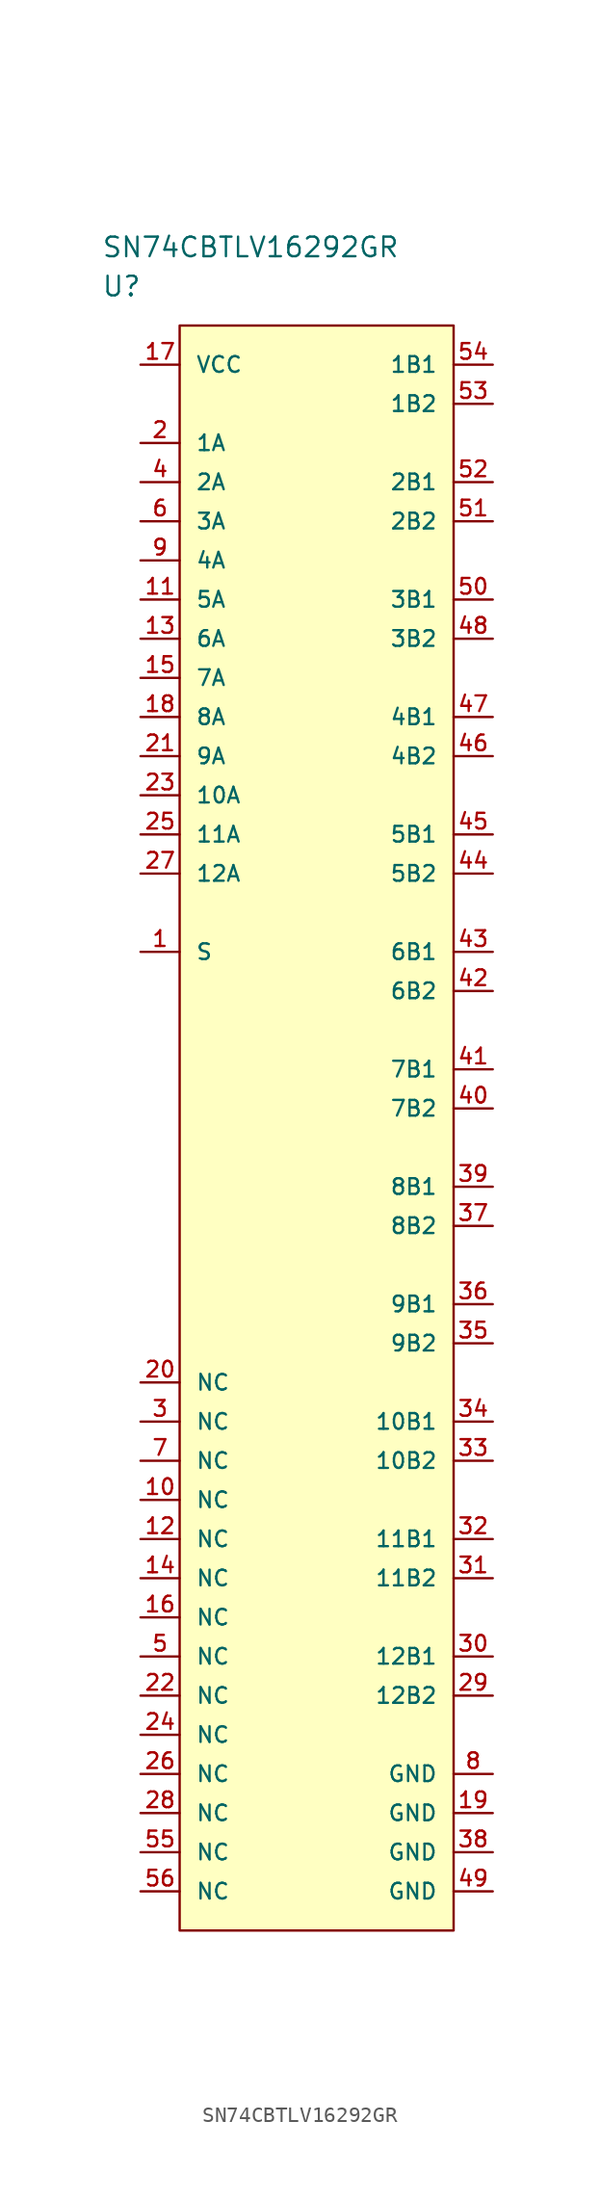
<source format=kicad_sym>
(kicad_symbol_lib
  (version 20220914)
  (generator kicad_symbol_editor)
  (symbol "SN74CBTLV16292GR"
    (pin_names
      (offset 1.016))
    (property "Reference" "U"
      (at 0 5.08 0)
      (effects (font (size 1.27 1.27)) (justify left)))
    (property "Value" "SN74CBTLV16292GR"
      (at 0 7.62 0)
      (effects (font (size 1.27 1.27)) (justify left)))
    (property "ki_locked" ""
      (at 0 0 0)
      (effects (font (size 1.27 1.27))))
    (symbol "SN74CBTLV16292GR_1_1"
      (rectangle (start 5.08 2.54) (end 22.86 -101.6) (stroke (width 0) (type solid)) (fill (type background)))
      (pin input line (at 2.54 -38.1 0) (length 2.54) (name "S" (effects (font (size 1.016 1.016)))) (number "1" (effects (font (size 1.016 1.016)))))
      (pin passive line (at 2.54 -73.66 0) (length 2.54) (name "NC" (effects (font (size 1.016 1.016)))) (number "10" (effects (font (size 1.016 1.016)))))
      (pin bidirectional line (at 2.54 -15.24 0) (length 2.54) (name "5A" (effects (font (size 1.016 1.016)))) (number "11" (effects (font (size 1.016 1.016)))))
      (pin passive line (at 2.54 -76.2 0) (length 2.54) (name "NC" (effects (font (size 1.016 1.016)))) (number "12" (effects (font (size 1.016 1.016)))))
      (pin bidirectional line (at 2.54 -17.78 0) (length 2.54) (name "6A" (effects (font (size 1.016 1.016)))) (number "13" (effects (font (size 1.016 1.016)))))
      (pin passive line (at 2.54 -78.74 0) (length 2.54) (name "NC" (effects (font (size 1.016 1.016)))) (number "14" (effects (font (size 1.016 1.016)))))
      (pin bidirectional line (at 2.54 -20.32 0) (length 2.54) (name "7A" (effects (font (size 1.016 1.016)))) (number "15" (effects (font (size 1.016 1.016)))))
      (pin passive line (at 2.54 -81.28 0) (length 2.54) (name "NC" (effects (font (size 1.016 1.016)))) (number "16" (effects (font (size 1.016 1.016)))))
      (pin power_in line (at 2.54 0 0) (length 2.54) (name "VCC" (effects (font (size 1.016 1.016)))) (number "17" (effects (font (size 1.016 1.016)))))
      (pin bidirectional line (at 2.54 -22.86 0) (length 2.54) (name "8A" (effects (font (size 1.016 1.016)))) (number "18" (effects (font (size 1.016 1.016)))))
      (pin power_in line (at 25.4 -93.98 180) (length 2.54) (name "GND" (effects (font (size 1.016 1.016)))) (number "19" (effects (font (size 1.016 1.016)))))
      (pin bidirectional line (at 2.54 -5.08 0) (length 2.54) (name "1A" (effects (font (size 1.016 1.016)))) (number "2" (effects (font (size 1.016 1.016)))))
      (pin passive line (at 2.54 -66.04 0) (length 2.54) (name "NC" (effects (font (size 1.016 1.016)))) (number "20" (effects (font (size 1.016 1.016)))))
      (pin bidirectional line (at 2.54 -25.4 0) (length 2.54) (name "9A" (effects (font (size 1.016 1.016)))) (number "21" (effects (font (size 1.016 1.016)))))
      (pin passive line (at 2.54 -86.36 0) (length 2.54) (name "NC" (effects (font (size 1.016 1.016)))) (number "22" (effects (font (size 1.016 1.016)))))
      (pin bidirectional line (at 2.54 -27.94 0) (length 2.54) (name "10A" (effects (font (size 1.016 1.016)))) (number "23" (effects (font (size 1.016 1.016)))))
      (pin passive line (at 2.54 -88.9 0) (length 2.54) (name "NC" (effects (font (size 1.016 1.016)))) (number "24" (effects (font (size 1.016 1.016)))))
      (pin bidirectional line (at 2.54 -30.48 0) (length 2.54) (name "11A" (effects (font (size 1.016 1.016)))) (number "25" (effects (font (size 1.016 1.016)))))
      (pin passive line (at 2.54 -91.44 0) (length 2.54) (name "NC" (effects (font (size 1.016 1.016)))) (number "26" (effects (font (size 1.016 1.016)))))
      (pin bidirectional line (at 2.54 -33.02 0) (length 2.54) (name "12A" (effects (font (size 1.016 1.016)))) (number "27" (effects (font (size 1.016 1.016)))))
      (pin passive line (at 2.54 -93.98 0) (length 2.54) (name "NC" (effects (font (size 1.016 1.016)))) (number "28" (effects (font (size 1.016 1.016)))))
      (pin bidirectional line (at 25.4 -86.36 180) (length 2.54) (name "12B2" (effects (font (size 1.016 1.016)))) (number "29" (effects (font (size 1.016 1.016)))))
      (pin passive line (at 2.54 -68.58 0) (length 2.54) (name "NC" (effects (font (size 1.016 1.016)))) (number "3" (effects (font (size 1.016 1.016)))))
      (pin bidirectional line (at 25.4 -83.82 180) (length 2.54) (name "12B1" (effects (font (size 1.016 1.016)))) (number "30" (effects (font (size 1.016 1.016)))))
      (pin bidirectional line (at 25.4 -78.74 180) (length 2.54) (name "11B2" (effects (font (size 1.016 1.016)))) (number "31" (effects (font (size 1.016 1.016)))))
      (pin bidirectional line (at 25.4 -76.2 180) (length 2.54) (name "11B1" (effects (font (size 1.016 1.016)))) (number "32" (effects (font (size 1.016 1.016)))))
      (pin bidirectional line (at 25.4 -71.12 180) (length 2.54) (name "10B2" (effects (font (size 1.016 1.016)))) (number "33" (effects (font (size 1.016 1.016)))))
      (pin bidirectional line (at 25.4 -68.58 180) (length 2.54) (name "10B1" (effects (font (size 1.016 1.016)))) (number "34" (effects (font (size 1.016 1.016)))))
      (pin bidirectional line (at 25.4 -63.5 180) (length 2.54) (name "9B2" (effects (font (size 1.016 1.016)))) (number "35" (effects (font (size 1.016 1.016)))))
      (pin bidirectional line (at 25.4 -60.96 180) (length 2.54) (name "9B1" (effects (font (size 1.016 1.016)))) (number "36" (effects (font (size 1.016 1.016)))))
      (pin bidirectional line (at 25.4 -55.88 180) (length 2.54) (name "8B2" (effects (font (size 1.016 1.016)))) (number "37" (effects (font (size 1.016 1.016)))))
      (pin power_in line (at 25.4 -96.52 180) (length 2.54) (name "GND" (effects (font (size 1.016 1.016)))) (number "38" (effects (font (size 1.016 1.016)))))
      (pin bidirectional line (at 25.4 -53.34 180) (length 2.54) (name "8B1" (effects (font (size 1.016 1.016)))) (number "39" (effects (font (size 1.016 1.016)))))
      (pin bidirectional line (at 2.54 -7.62 0) (length 2.54) (name "2A" (effects (font (size 1.016 1.016)))) (number "4" (effects (font (size 1.016 1.016)))))
      (pin bidirectional line (at 25.4 -48.26 180) (length 2.54) (name "7B2" (effects (font (size 1.016 1.016)))) (number "40" (effects (font (size 1.016 1.016)))))
      (pin bidirectional line (at 25.4 -45.72 180) (length 2.54) (name "7B1" (effects (font (size 1.016 1.016)))) (number "41" (effects (font (size 1.016 1.016)))))
      (pin bidirectional line (at 25.4 -40.64 180) (length 2.54) (name "6B2" (effects (font (size 1.016 1.016)))) (number "42" (effects (font (size 1.016 1.016)))))
      (pin bidirectional line (at 25.4 -38.1 180) (length 2.54) (name "6B1" (effects (font (size 1.016 1.016)))) (number "43" (effects (font (size 1.016 1.016)))))
      (pin bidirectional line (at 25.4 -33.02 180) (length 2.54) (name "5B2" (effects (font (size 1.016 1.016)))) (number "44" (effects (font (size 1.016 1.016)))))
      (pin bidirectional line (at 25.4 -30.48 180) (length 2.54) (name "5B1" (effects (font (size 1.016 1.016)))) (number "45" (effects (font (size 1.016 1.016)))))
      (pin bidirectional line (at 25.4 -25.4 180) (length 2.54) (name "4B2" (effects (font (size 1.016 1.016)))) (number "46" (effects (font (size 1.016 1.016)))))
      (pin bidirectional line (at 25.4 -22.86 180) (length 2.54) (name "4B1" (effects (font (size 1.016 1.016)))) (number "47" (effects (font (size 1.016 1.016)))))
      (pin bidirectional line (at 25.4 -17.78 180) (length 2.54) (name "3B2" (effects (font (size 1.016 1.016)))) (number "48" (effects (font (size 1.016 1.016)))))
      (pin power_in line (at 25.4 -99.06 180) (length 2.54) (name "GND" (effects (font (size 1.016 1.016)))) (number "49" (effects (font (size 1.016 1.016)))))
      (pin passive line (at 2.54 -83.82 0) (length 2.54) (name "NC" (effects (font (size 1.016 1.016)))) (number "5" (effects (font (size 1.016 1.016)))))
      (pin bidirectional line (at 25.4 -15.24 180) (length 2.54) (name "3B1" (effects (font (size 1.016 1.016)))) (number "50" (effects (font (size 1.016 1.016)))))
      (pin bidirectional line (at 25.4 -10.16 180) (length 2.54) (name "2B2" (effects (font (size 1.016 1.016)))) (number "51" (effects (font (size 1.016 1.016)))))
      (pin bidirectional line (at 25.4 -7.62 180) (length 2.54) (name "2B1" (effects (font (size 1.016 1.016)))) (number "52" (effects (font (size 1.016 1.016)))))
      (pin bidirectional line (at 25.4 -2.54 180) (length 2.54) (name "1B2" (effects (font (size 1.016 1.016)))) (number "53" (effects (font (size 1.016 1.016)))))
      (pin bidirectional line (at 25.4 0 180) (length 2.54) (name "1B1" (effects (font (size 1.016 1.016)))) (number "54" (effects (font (size 1.016 1.016)))))
      (pin passive line (at 2.54 -96.52 0) (length 2.54) (name "NC" (effects (font (size 1.016 1.016)))) (number "55" (effects (font (size 1.016 1.016)))))
      (pin passive line (at 2.54 -99.06 0) (length 2.54) (name "NC" (effects (font (size 1.016 1.016)))) (number "56" (effects (font (size 1.016 1.016)))))
      (pin bidirectional line (at 2.54 -10.16 0) (length 2.54) (name "3A" (effects (font (size 1.016 1.016)))) (number "6" (effects (font (size 1.016 1.016)))))
      (pin passive line (at 2.54 -71.12 0) (length 2.54) (name "NC" (effects (font (size 1.016 1.016)))) (number "7" (effects (font (size 1.016 1.016)))))
      (pin power_in line (at 25.4 -91.44 180) (length 2.54) (name "GND" (effects (font (size 1.016 1.016)))) (number "8" (effects (font (size 1.016 1.016)))))
      (pin bidirectional line (at 2.54 -12.7 0) (length 2.54) (name "4A" (effects (font (size 1.016 1.016)))) (number "9" (effects (font (size 1.016 1.016))))))))
</source>
